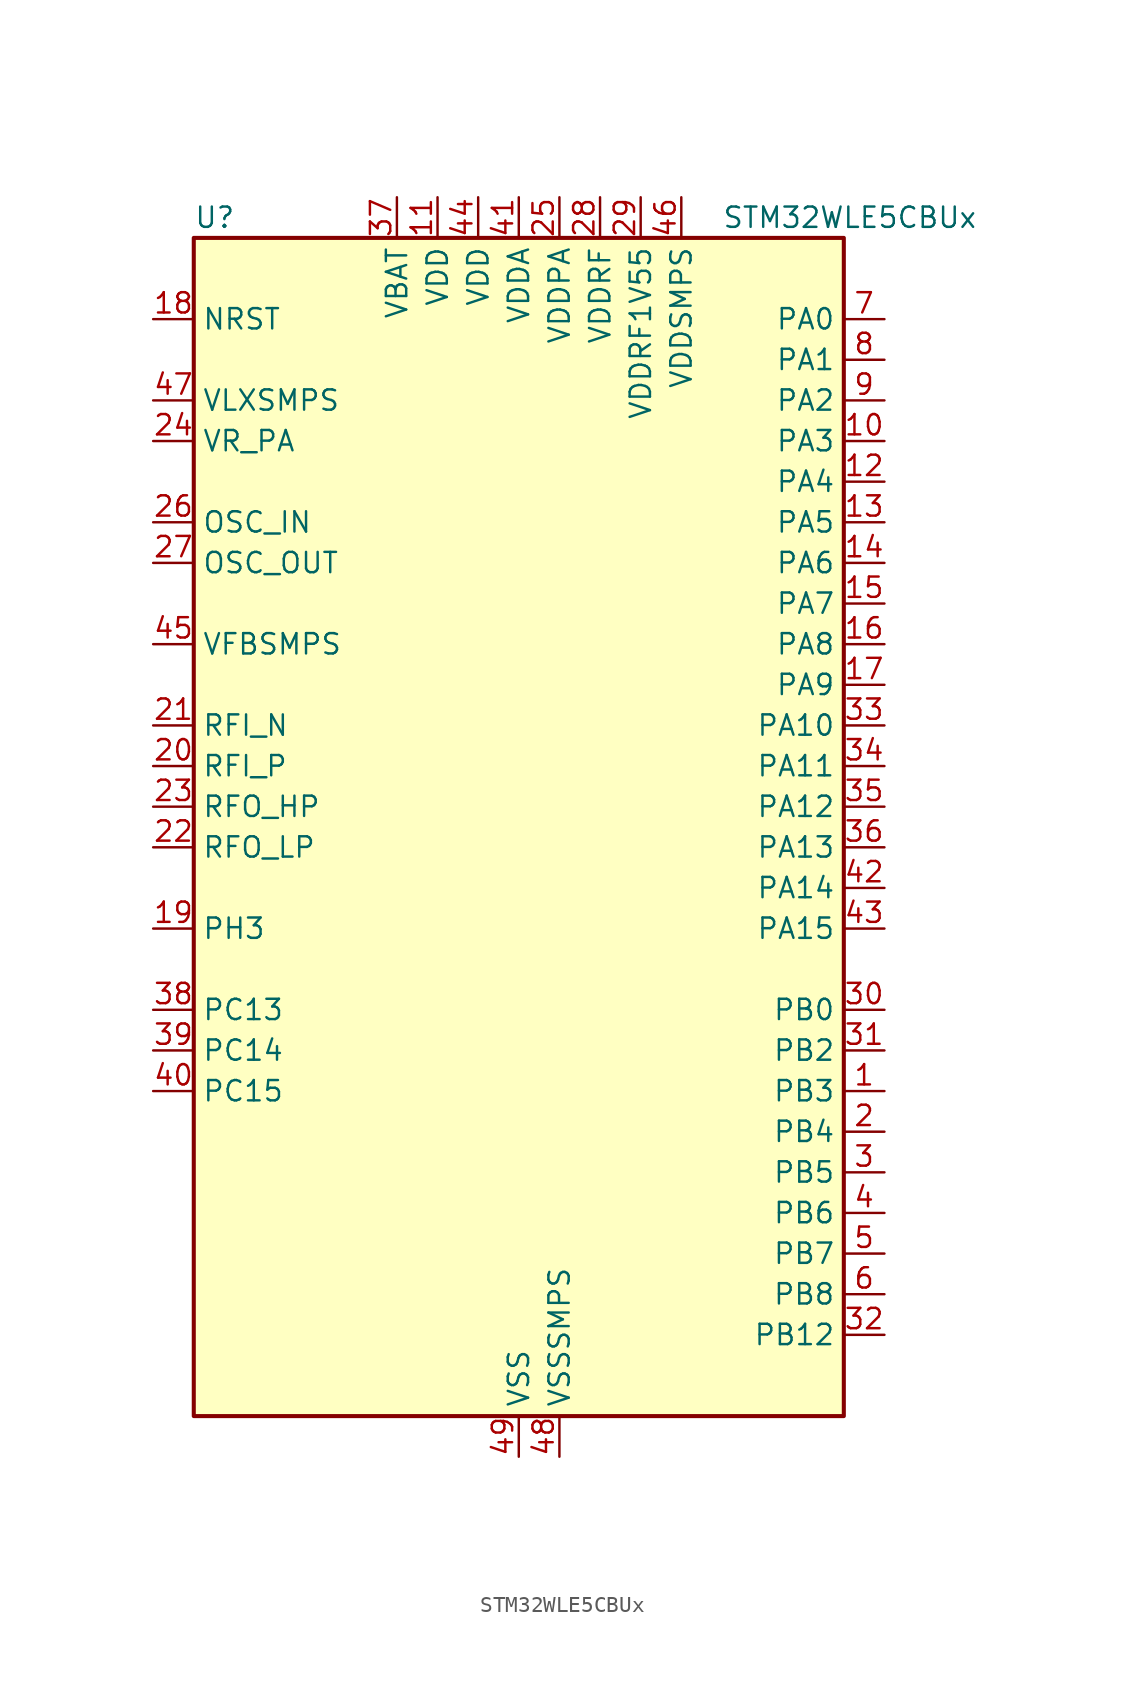
<source format=kicad_sym>
(kicad_symbol_lib
  (version 20241209)
  (generator "kicad_symbol_editor")
  (generator_version "9.0")
  (symbol "STM32WLE5CBUx"
    (property "Reference" "U"
      (at -20.32 39.37 0)
      (effects (font (size 1.27 1.27)) (justify left)))
    (property "Value" "STM32WLE5CBUx"
      (at 12.7 39.37 0)
      (effects (font (size 1.27 1.27)) (justify left)))
    (symbol "STM32WLE5CBUx_0_1"
      (rectangle (start -20.32 -35.56) (end 20.32 38.1) (stroke (width 0.254) (type default)) (fill (type background))))
    (symbol "STM32WLE5CBUx_1_1"
      (pin input line (at -22.86 33.02 0) (length 2.54) (name "NRST" (effects (font (size 1.27 1.27)))) (number "18" (effects (font (size 1.27 1.27)))))
      (pin power_in line (at -22.86 27.94 0) (length 2.54) (name "VLXSMPS" (effects (font (size 1.27 1.27)))) (number "47" (effects (font (size 1.27 1.27)))))
      (pin power_in line (at -22.86 25.4 0) (length 2.54) (name "VR_PA" (effects (font (size 1.27 1.27)))) (number "24" (effects (font (size 1.27 1.27)))))
      (pin input line (at -22.86 20.32 0) (length 2.54) (name "OSC_IN" (effects (font (size 1.27 1.27)))) (number "26" (effects (font (size 1.27 1.27)))) (alternate "RCC_OSC_IN" bidirectional line))
      (pin input line (at -22.86 17.78 0) (length 2.54) (name "OSC_OUT" (effects (font (size 1.27 1.27)))) (number "27" (effects (font (size 1.27 1.27)))) (alternate "RCC_OSC_OUT" bidirectional line))
      (pin input line (at -22.86 12.7 0) (length 2.54) (name "VFBSMPS" (effects (font (size 1.27 1.27)))) (number "45" (effects (font (size 1.27 1.27)))))
      (pin bidirectional line (at -22.86 7.62 0) (length 2.54) (name "RFI_N" (effects (font (size 1.27 1.27)))) (number "21" (effects (font (size 1.27 1.27)))))
      (pin bidirectional line (at -22.86 5.08 0) (length 2.54) (name "RFI_P" (effects (font (size 1.27 1.27)))) (number "20" (effects (font (size 1.27 1.27)))))
      (pin bidirectional line (at -22.86 2.54 0) (length 2.54) (name "RFO_HP" (effects (font (size 1.27 1.27)))) (number "23" (effects (font (size 1.27 1.27)))))
      (pin bidirectional line (at -22.86 0 0) (length 2.54) (name "RFO_LP" (effects (font (size 1.27 1.27)))) (number "22" (effects (font (size 1.27 1.27)))))
      (pin bidirectional line (at -22.86 -5.08 0) (length 2.54) (name "PH3" (effects (font (size 1.27 1.27)))) (number "19" (effects (font (size 1.27 1.27)))))
      (pin bidirectional line (at -22.86 -10.16 0) (length 2.54) (name "PC13" (effects (font (size 1.27 1.27)))) (number "38" (effects (font (size 1.27 1.27)))) (alternate "PWR_WKUP2" bidirectional line) (alternate "RTC_OUT1" bidirectional line) (alternate "RTC_TAMP_IN1" bidirectional line) (alternate "RTC_TS" bidirectional line))
      (pin bidirectional line (at -22.86 -12.7 0) (length 2.54) (name "PC14" (effects (font (size 1.27 1.27)))) (number "39" (effects (font (size 1.27 1.27)))) (alternate "RCC_OSC32_IN" bidirectional line))
      (pin bidirectional line (at -22.86 -15.24 0) (length 2.54) (name "PC15" (effects (font (size 1.27 1.27)))) (number "40" (effects (font (size 1.27 1.27)))) (alternate "RCC_OSC32_OUT" bidirectional line))
      (pin power_in line (at -7.62 40.64 270) (length 2.54) (name "VBAT" (effects (font (size 1.27 1.27)))) (number "37" (effects (font (size 1.27 1.27)))))
      (pin power_in line (at -5.08 40.64 270) (length 2.54) (name "VDD" (effects (font (size 1.27 1.27)))) (number "11" (effects (font (size 1.27 1.27)))))
      (pin power_in line (at -2.54 40.64 270) (length 2.54) (name "VDD" (effects (font (size 1.27 1.27)))) (number "44" (effects (font (size 1.27 1.27)))))
      (pin power_in line (at 0 40.64 270) (length 2.54) (name "VDDA" (effects (font (size 1.27 1.27)))) (number "41" (effects (font (size 1.27 1.27)))))
      (pin power_in line (at 0 -38.1 90) (length 2.54) (name "VSS" (effects (font (size 1.27 1.27)))) (number "49" (effects (font (size 1.27 1.27)))))
      (pin power_in line (at 2.54 40.64 270) (length 2.54) (name "VDDPA" (effects (font (size 1.27 1.27)))) (number "25" (effects (font (size 1.27 1.27)))))
      (pin power_in line (at 2.54 -38.1 90) (length 2.54) (name "VSSSMPS" (effects (font (size 1.27 1.27)))) (number "48" (effects (font (size 1.27 1.27)))))
      (pin power_in line (at 5.08 40.64 270) (length 2.54) (name "VDDRF" (effects (font (size 1.27 1.27)))) (number "28" (effects (font (size 1.27 1.27)))))
      (pin power_in line (at 7.62 40.64 270) (length 2.54) (name "VDDRF1V55" (effects (font (size 1.27 1.27)))) (number "29" (effects (font (size 1.27 1.27)))))
      (pin power_in line (at 10.16 40.64 270) (length 2.54) (name "VDDSMPS" (effects (font (size 1.27 1.27)))) (number "46" (effects (font (size 1.27 1.27)))))
      (pin bidirectional line (at 22.86 33.02 180) (length 2.54) (name "PA0" (effects (font (size 1.27 1.27)))) (number "7" (effects (font (size 1.27 1.27)))) (alternate "COMP1_OUT" bidirectional line) (alternate "DEBUG_PWR-REGLP1S" bidirectional line) (alternate "I2C3_SMBA" bidirectional line) (alternate "I2S_CKIN" bidirectional line) (alternate "PWR_WKUP1" bidirectional line) (alternate "RTC_TAMP_IN2" bidirectional line) (alternate "TIM2_CH1" bidirectional line) (alternate "TIM2_ETR" bidirectional line) (alternate "USART2_CTS" bidirectional line) (alternate "USART2_NSS" bidirectional line))
      (pin bidirectional line (at 22.86 30.48 180) (length 2.54) (name "PA1" (effects (font (size 1.27 1.27)))) (number "8" (effects (font (size 1.27 1.27)))) (alternate "DEBUG_PWR-REGLP2S" bidirectional line) (alternate "I2C1_SMBA" bidirectional line) (alternate "LPTIM3_OUT" bidirectional line) (alternate "LPUART1_RTS" bidirectional line) (alternate "SPI1_SCK" bidirectional line) (alternate "TIM2_CH2" bidirectional line) (alternate "USART2_DE" bidirectional line) (alternate "USART2_RTS" bidirectional line))
      (pin bidirectional line (at 22.86 27.94 180) (length 2.54) (name "PA2" (effects (font (size 1.27 1.27)))) (number "9" (effects (font (size 1.27 1.27)))) (alternate "COMP2_OUT" bidirectional line) (alternate "DEBUG_PWR-LDORDY" bidirectional line) (alternate "LPUART1_TX" bidirectional line) (alternate "RCC_LSCO" bidirectional line) (alternate "TIM2_CH3" bidirectional line) (alternate "USART2_TX" bidirectional line))
      (pin bidirectional line (at 22.86 25.4 180) (length 2.54) (name "PA3" (effects (font (size 1.27 1.27)))) (number "10" (effects (font (size 1.27 1.27)))) (alternate "I2S2_MCK" bidirectional line) (alternate "LPUART1_RX" bidirectional line) (alternate "TIM2_CH4" bidirectional line) (alternate "USART2_RX" bidirectional line))
      (pin bidirectional line (at 22.86 22.86 180) (length 2.54) (name "PA4" (effects (font (size 1.27 1.27)))) (number "12" (effects (font (size 1.27 1.27)))) (alternate "DEBUG_SUBGHZSPI-NSSOUT" bidirectional line) (alternate "LPTIM1_OUT" bidirectional line) (alternate "LPTIM2_OUT" bidirectional line) (alternate "RTC_OUT2" bidirectional line) (alternate "SPI1_NSS" bidirectional line) (alternate "USART2_CK" bidirectional line))
      (pin bidirectional line (at 22.86 20.32 180) (length 2.54) (name "PA5" (effects (font (size 1.27 1.27)))) (number "13" (effects (font (size 1.27 1.27)))) (alternate "DEBUG_SUBGHZSPI-SCKOUT" bidirectional line) (alternate "LPTIM2_ETR" bidirectional line) (alternate "SPI1_SCK" bidirectional line) (alternate "SPI2_MISO" bidirectional line) (alternate "TIM2_CH1" bidirectional line) (alternate "TIM2_ETR" bidirectional line))
      (pin bidirectional line (at 22.86 17.78 180) (length 2.54) (name "PA6" (effects (font (size 1.27 1.27)))) (number "14" (effects (font (size 1.27 1.27)))) (alternate "DEBUG_SUBGHZSPI-MISOOUT" bidirectional line) (alternate "I2C2_SMBA" bidirectional line) (alternate "LPUART1_CTS" bidirectional line) (alternate "SPI1_MISO" bidirectional line) (alternate "TIM16_CH1" bidirectional line) (alternate "TIM1_BKIN" bidirectional line))
      (pin bidirectional line (at 22.86 15.24 180) (length 2.54) (name "PA7" (effects (font (size 1.27 1.27)))) (number "15" (effects (font (size 1.27 1.27)))) (alternate "COMP2_OUT" bidirectional line) (alternate "DEBUG_SUBGHZSPI-MOSIOUT" bidirectional line) (alternate "I2C3_SCL" bidirectional line) (alternate "SPI1_MOSI" bidirectional line) (alternate "TIM17_CH1" bidirectional line) (alternate "TIM1_CH1N" bidirectional line))
      (pin bidirectional line (at 22.86 12.7 180) (length 2.54) (name "PA8" (effects (font (size 1.27 1.27)))) (number "16" (effects (font (size 1.27 1.27)))) (alternate "I2S2_CK" bidirectional line) (alternate "LPTIM2_OUT" bidirectional line) (alternate "RCC_MCO" bidirectional line) (alternate "SPI2_SCK" bidirectional line) (alternate "TIM1_CH1" bidirectional line) (alternate "USART1_CK" bidirectional line))
      (pin bidirectional line (at 22.86 10.16 180) (length 2.54) (name "PA9" (effects (font (size 1.27 1.27)))) (number "17" (effects (font (size 1.27 1.27)))) (alternate "DAC_EXTI9" bidirectional line) (alternate "I2C1_SCL" bidirectional line) (alternate "I2S2_CK" bidirectional line) (alternate "I2S2_WS" bidirectional line) (alternate "SPI2_NSS" bidirectional line) (alternate "SPI2_SCK" bidirectional line) (alternate "TIM1_CH2" bidirectional line) (alternate "USART1_TX" bidirectional line))
      (pin bidirectional line (at 22.86 7.62 180) (length 2.54) (name "PA10" (effects (font (size 1.27 1.27)))) (number "33" (effects (font (size 1.27 1.27)))) (alternate "ADC_IN6" bidirectional line) (alternate "COMP1_INM" bidirectional line) (alternate "COMP2_INM" bidirectional line) (alternate "DAC_OUT1" bidirectional line) (alternate "DEBUG_RF-HSE32RDY" bidirectional line) (alternate "I2C1_SDA" bidirectional line) (alternate "I2S2_SD" bidirectional line) (alternate "RTC_REFIN" bidirectional line) (alternate "SPI2_MOSI" bidirectional line) (alternate "TIM17_BKIN" bidirectional line) (alternate "TIM1_CH3" bidirectional line) (alternate "USART1_RX" bidirectional line))
      (pin bidirectional line (at 22.86 5.08 180) (length 2.54) (name "PA11" (effects (font (size 1.27 1.27)))) (number "34" (effects (font (size 1.27 1.27)))) (alternate "ADC_EXTI11" bidirectional line) (alternate "ADC_IN7" bidirectional line) (alternate "COMP1_INM" bidirectional line) (alternate "COMP2_INM" bidirectional line) (alternate "DEBUG_RF-NRESET" bidirectional line) (alternate "I2C2_SDA" bidirectional line) (alternate "LPTIM3_ETR" bidirectional line) (alternate "SPI1_MISO" bidirectional line) (alternate "TIM1_BKIN2" bidirectional line) (alternate "TIM1_CH4" bidirectional line) (alternate "USART1_CTS" bidirectional line) (alternate "USART1_NSS" bidirectional line))
      (pin bidirectional line (at 22.86 2.54 180) (length 2.54) (name "PA12" (effects (font (size 1.27 1.27)))) (number "35" (effects (font (size 1.27 1.27)))) (alternate "ADC_IN8" bidirectional line) (alternate "DEBUG_RF-BUSY" bidirectional line) (alternate "I2C2_SCL" bidirectional line) (alternate "LPTIM3_IN1" bidirectional line) (alternate "SPI1_MOSI" bidirectional line) (alternate "TIM1_ETR" bidirectional line) (alternate "USART1_DE" bidirectional line) (alternate "USART1_RTS" bidirectional line))
      (pin bidirectional line (at 22.86 0 180) (length 2.54) (name "PA13" (effects (font (size 1.27 1.27)))) (number "36" (effects (font (size 1.27 1.27)))) (alternate "ADC_IN9" bidirectional line) (alternate "DEBUG_JTMS-SWDIO" bidirectional line) (alternate "I2C2_SMBA" bidirectional line) (alternate "IR_OUT" bidirectional line))
      (pin bidirectional line (at 22.86 -2.54 180) (length 2.54) (name "PA14" (effects (font (size 1.27 1.27)))) (number "42" (effects (font (size 1.27 1.27)))) (alternate "ADC_IN10" bidirectional line) (alternate "DEBUG_JTCK-SWCLK" bidirectional line) (alternate "I2C1_SMBA" bidirectional line) (alternate "LPTIM1_OUT" bidirectional line))
      (pin bidirectional line (at 22.86 -5.08 180) (length 2.54) (name "PA15" (effects (font (size 1.27 1.27)))) (number "43" (effects (font (size 1.27 1.27)))) (alternate "ADC_IN11" bidirectional line) (alternate "COMP1_INM" bidirectional line) (alternate "COMP2_INP" bidirectional line) (alternate "DEBUG_JTDI" bidirectional line) (alternate "I2C2_SDA" bidirectional line) (alternate "SPI1_NSS" bidirectional line) (alternate "TIM2_CH1" bidirectional line) (alternate "TIM2_ETR" bidirectional line))
      (pin bidirectional line (at 22.86 -10.16 180) (length 2.54) (name "PB0" (effects (font (size 1.27 1.27)))) (number "30" (effects (font (size 1.27 1.27)))) (alternate "COMP1_OUT" bidirectional line) (alternate "VDDTCXO" bidirectional line))
      (pin bidirectional line (at 22.86 -12.7 180) (length 2.54) (name "PB2" (effects (font (size 1.27 1.27)))) (number "31" (effects (font (size 1.27 1.27)))) (alternate "ADC_IN4" bidirectional line) (alternate "COMP1_INP" bidirectional line) (alternate "COMP2_INM" bidirectional line) (alternate "DEBUG_RF-SMPSRDY" bidirectional line) (alternate "I2C3_SMBA" bidirectional line) (alternate "LPTIM1_OUT" bidirectional line) (alternate "SPI1_NSS" bidirectional line))
      (pin bidirectional line (at 22.86 -15.24 180) (length 2.54) (name "PB3" (effects (font (size 1.27 1.27)))) (number "1" (effects (font (size 1.27 1.27)))) (alternate "ADC_IN2" bidirectional line) (alternate "COMP1_INM" bidirectional line) (alternate "COMP2_INM" bidirectional line) (alternate "DEBUG_JTDO-SWO" bidirectional line) (alternate "DEBUG_RF-DTB1" bidirectional line) (alternate "PWR_WKUP3" bidirectional line) (alternate "RTC_TAMP_IN3" bidirectional line) (alternate "SPI1_SCK" bidirectional line) (alternate "TIM2_CH2" bidirectional line) (alternate "USART1_DE" bidirectional line) (alternate "USART1_RTS" bidirectional line))
      (pin bidirectional line (at 22.86 -17.78 180) (length 2.54) (name "PB4" (effects (font (size 1.27 1.27)))) (number "2" (effects (font (size 1.27 1.27)))) (alternate "ADC_IN3" bidirectional line) (alternate "COMP1_INP" bidirectional line) (alternate "COMP2_INP" bidirectional line) (alternate "DEBUG_JTRST" bidirectional line) (alternate "DEBUG_RF-LDORDY" bidirectional line) (alternate "I2C3_SDA" bidirectional line) (alternate "SPI1_MISO" bidirectional line) (alternate "TIM17_BKIN" bidirectional line) (alternate "USART1_CTS" bidirectional line) (alternate "USART1_NSS" bidirectional line))
      (pin bidirectional line (at 22.86 -20.32 180) (length 2.54) (name "PB5" (effects (font (size 1.27 1.27)))) (number "3" (effects (font (size 1.27 1.27)))) (alternate "COMP2_OUT" bidirectional line) (alternate "I2C1_SMBA" bidirectional line) (alternate "LPTIM1_IN1" bidirectional line) (alternate "SPI1_MOSI" bidirectional line) (alternate "TIM16_BKIN" bidirectional line) (alternate "USART1_CK" bidirectional line))
      (pin bidirectional line (at 22.86 -22.86 180) (length 2.54) (name "PB6" (effects (font (size 1.27 1.27)))) (number "4" (effects (font (size 1.27 1.27)))) (alternate "I2C1_SCL" bidirectional line) (alternate "LPTIM1_ETR" bidirectional line) (alternate "TIM16_CH1N" bidirectional line) (alternate "USART1_TX" bidirectional line))
      (pin bidirectional line (at 22.86 -25.4 180) (length 2.54) (name "PB7" (effects (font (size 1.27 1.27)))) (number "5" (effects (font (size 1.27 1.27)))) (alternate "I2C1_SDA" bidirectional line) (alternate "LPTIM1_IN2" bidirectional line) (alternate "PWR_PVD_IN" bidirectional line) (alternate "TIM17_CH1N" bidirectional line) (alternate "TIM1_BKIN" bidirectional line) (alternate "USART1_RX" bidirectional line))
      (pin bidirectional line (at 22.86 -27.94 180) (length 2.54) (name "PB8" (effects (font (size 1.27 1.27)))) (number "6" (effects (font (size 1.27 1.27)))) (alternate "I2C1_SCL" bidirectional line) (alternate "TIM16_CH1" bidirectional line) (alternate "TIM1_CH2N" bidirectional line))
      (pin bidirectional line (at 22.86 -30.48 180) (length 2.54) (name "PB12" (effects (font (size 1.27 1.27)))) (number "32" (effects (font (size 1.27 1.27)))) (alternate "I2C3_SMBA" bidirectional line) (alternate "I2S2_WS" bidirectional line) (alternate "LPUART1_RTS" bidirectional line) (alternate "SPI2_NSS" bidirectional line) (alternate "TIM1_BKIN" bidirectional line)))))
</source>
